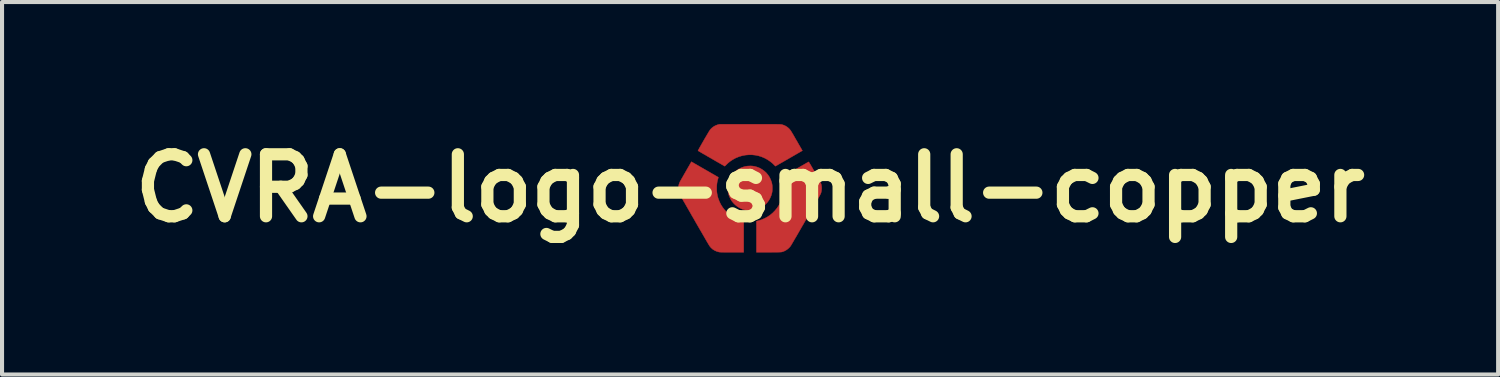
<source format=kicad_pcb>
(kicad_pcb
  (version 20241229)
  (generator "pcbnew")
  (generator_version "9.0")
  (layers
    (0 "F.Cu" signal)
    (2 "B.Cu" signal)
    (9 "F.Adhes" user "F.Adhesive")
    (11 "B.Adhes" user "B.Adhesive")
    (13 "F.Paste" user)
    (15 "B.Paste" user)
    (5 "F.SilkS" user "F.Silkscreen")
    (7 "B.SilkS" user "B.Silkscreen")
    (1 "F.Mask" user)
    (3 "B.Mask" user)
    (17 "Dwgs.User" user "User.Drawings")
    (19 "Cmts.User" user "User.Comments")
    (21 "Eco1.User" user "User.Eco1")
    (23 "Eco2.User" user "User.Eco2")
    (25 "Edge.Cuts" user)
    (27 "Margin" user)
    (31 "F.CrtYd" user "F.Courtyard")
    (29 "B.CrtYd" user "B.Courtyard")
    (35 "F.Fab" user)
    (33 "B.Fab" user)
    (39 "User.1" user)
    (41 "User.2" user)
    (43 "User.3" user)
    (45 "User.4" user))
  (footprint "CVRA-logo-small-copper"
    (layer "F.Cu")
    (at 15.392 1.578)
    (property "Reference" "CVRA-logo-small-copper" (at 0 0 0) (layer "F.SilkS") (effects (font (size 1.524 1.524) (thickness 0.3))))
    (attr through_hole)
    (fp_poly (pts (xy 0.065 -0.545) (xy 0.105 -0.539) (xy 0.109 -0.538) (xy 0.175 -0.52) (xy 0.238 -0.495) (xy 0.296 -0.462) (xy 0.349 -0.423) (xy 0.398 -0.379) (xy 0.44 -0.329) (xy 0.477 -0.273) (xy 0.506 -0.213) (xy 0.524 -0.165) (xy 0.534 -0.132) (xy 0.54 -0.102) (xy 0.545 -0.072) (xy 0.547 -0.04) (xy 0.548 -0.002) (xy 0.548 0.004) (xy 0.547 0.044) (xy 0.544 0.078) (xy 0.539 0.11) (xy 0.531 0.142) (xy 0.521 0.175) (xy 0.495 0.238) (xy 0.463 0.296) (xy 0.424 0.349) (xy 0.379 0.397) (xy 0.329 0.439) (xy 0.274 0.476) (xy 0.214 0.505) (xy 0.151 0.527) (xy 0.109 0.538) (xy 0.075 0.543) (xy 0.036 0.547) (xy -0.003 0.549) (xy -0.04 0.548) (xy -0.064 0.546) (xy -0.13 0.533) (xy -0.194 0.514) (xy -0.254 0.486) (xy -0.31 0.452) (xy -0.361 0.412) (xy -0.408 0.366) (xy -0.449 0.315) (xy -0.483 0.259) (xy -0.511 0.199) (xy -0.518 0.18) (xy -0.532 0.13) (xy -0.542 0.082) (xy -0.546 0.032) (xy -0.547 0) (xy -0.543 -0.065) (xy -0.533 -0.128) (xy -0.515 -0.189) (xy -0.491 -0.246) (xy -0.491 -0.246) (xy -0.471 -0.281) (xy -0.446 -0.318) (xy -0.418 -0.354) (xy -0.389 -0.386) (xy -0.387 -0.387) (xy -0.336 -0.433) (xy -0.28 -0.472) (xy -0.22 -0.503) (xy -0.156 -0.526) (xy -0.11 -0.538) (xy -0.07 -0.544) (xy -0.025 -0.547) (xy 0.021 -0.548) (xy 0.065 -0.545)) (stroke (width 0.01) (type solid)) (fill yes) (layer "F.Cu"))
    (fp_poly (pts (xy 0.096 -1.573) (xy 0.182 -1.573) (xy 0.26 -1.573) (xy 0.331 -1.573) (xy 0.394 -1.573) (xy 0.452 -1.572) (xy 0.503 -1.572) (xy 0.548 -1.572) (xy 0.588 -1.572) (xy 0.622 -1.572) (xy 0.653 -1.572) (xy 0.678 -1.571) (xy 0.7 -1.571) (xy 0.718 -1.571) (xy 0.734 -1.57) (xy 0.746 -1.57) (xy 0.756 -1.569) (xy 0.764 -1.568) (xy 0.77 -1.568) (xy 0.775 -1.567) (xy 0.78 -1.566) (xy 0.783 -1.565) (xy 0.83 -1.55) (xy 0.871 -1.531) (xy 0.907 -1.509) (xy 0.941 -1.482) (xy 0.947 -1.476) (xy 0.959 -1.465) (xy 0.969 -1.454) (xy 0.978 -1.443) (xy 0.988 -1.431) (xy 0.999 -1.417) (xy 1.01 -1.399) (xy 1.023 -1.378) (xy 1.038 -1.353) (xy 1.057 -1.322) (xy 1.078 -1.285) (xy 1.09 -1.264) (xy 1.111 -1.227) (xy 1.134 -1.187) (xy 1.158 -1.147) (xy 1.181 -1.106) (xy 1.202 -1.069) (xy 1.221 -1.037) (xy 1.226 -1.028) (xy 1.286 -0.924) (xy 0.957 -0.734) (xy 0.909 -0.706) (xy 0.862 -0.68) (xy 0.819 -0.654) (xy 0.778 -0.631) (xy 0.741 -0.61) (xy 0.708 -0.591) (xy 0.68 -0.575) (xy 0.657 -0.561) (xy 0.64 -0.552) (xy 0.629 -0.545) (xy 0.626 -0.543) (xy 0.621 -0.545) (xy 0.613 -0.552) (xy 0.602 -0.563) (xy 0.596 -0.569) (xy 0.547 -0.617) (xy 0.49 -0.662) (xy 0.429 -0.703) (xy 0.364 -0.739) (xy 0.297 -0.768) (xy 0.287 -0.772) (xy 0.209 -0.797) (xy 0.13 -0.813) (xy 0.049 -0.822) (xy -0.032 -0.822) (xy -0.113 -0.815) (xy -0.193 -0.8) (xy -0.271 -0.777) (xy -0.347 -0.746) (xy -0.358 -0.741) (xy -0.424 -0.705) (xy -0.485 -0.665) (xy -0.542 -0.619) (xy -0.584 -0.578) (xy -0.598 -0.564) (xy -0.61 -0.553) (xy -0.619 -0.545) (xy -0.622 -0.542) (xy -0.622 -0.542) (xy -0.626 -0.544) (xy -0.637 -0.55) (xy -0.654 -0.56) (xy -0.677 -0.573) (xy -0.705 -0.589) (xy -0.737 -0.608) (xy -0.774 -0.629) (xy -0.815 -0.652) (xy -0.858 -0.677) (xy -0.904 -0.704) (xy -0.95 -0.731) (xy -0.999 -0.759) (xy -1.045 -0.785) (xy -1.088 -0.811) (xy -1.129 -0.834) (xy -1.166 -0.855) (xy -1.198 -0.874) (xy -1.226 -0.891) (xy -1.249 -0.904) (xy -1.266 -0.914) (xy -1.276 -0.92) (xy -1.28 -0.922) (xy -1.278 -0.927) (xy -1.273 -0.938) (xy -1.264 -0.954) (xy -1.252 -0.976) (xy -1.238 -1.002) (xy -1.221 -1.032) (xy -1.202 -1.065) (xy -1.182 -1.1) (xy -1.161 -1.137) (xy -1.139 -1.175) (xy -1.118 -1.212) (xy -1.096 -1.249) (xy -1.075 -1.285) (xy -1.055 -1.319) (xy -1.036 -1.35) (xy -1.02 -1.378) (xy -1.005 -1.402) (xy -0.993 -1.42) (xy -0.985 -1.434) (xy -0.981 -1.439) (xy -0.944 -1.478) (xy -0.902 -1.511) (xy -0.856 -1.538) (xy -0.806 -1.558) (xy -0.787 -1.563) (xy -0.751 -1.573) (xy 0.002 -1.573) (xy 0.096 -1.573)) (stroke (width 0.01) (type solid)) (fill yes) (layer "F.Cu"))
    (fp_poly (pts (xy 1.445 -0.644) (xy 1.451 -0.634) (xy 1.461 -0.618) (xy 1.474 -0.596) (xy 1.49 -0.571) (xy 1.507 -0.541) (xy 1.526 -0.508) (xy 1.546 -0.473) (xy 1.567 -0.437) (xy 1.589 -0.4) (xy 1.61 -0.362) (xy 1.631 -0.325) (xy 1.652 -0.29) (xy 1.671 -0.256) (xy 1.688 -0.225) (xy 1.703 -0.198) (xy 1.716 -0.175) (xy 1.726 -0.157) (xy 1.732 -0.144) (xy 1.734 -0.14) (xy 1.75 -0.093) (xy 1.759 -0.042) (xy 1.761 0.01) (xy 1.756 0.062) (xy 1.745 0.112) (xy 1.734 0.14) (xy 1.73 0.147) (xy 1.723 0.161) (xy 1.712 0.181) (xy 1.697 0.207) (xy 1.679 0.239) (xy 1.659 0.275) (xy 1.635 0.316) (xy 1.609 0.362) (xy 1.582 0.41) (xy 1.552 0.462) (xy 1.521 0.516) (xy 1.489 0.572) (xy 1.455 0.631) (xy 1.421 0.69) (xy 1.387 0.75) (xy 1.352 0.81) (xy 1.318 0.87) (xy 1.283 0.929) (xy 1.25 0.987) (xy 1.217 1.044) (xy 1.186 1.098) (xy 1.156 1.15) (xy 1.128 1.198) (xy 1.101 1.243) (xy 1.077 1.285) (xy 1.056 1.321) (xy 1.037 1.353) (xy 1.022 1.379) (xy 1.01 1.399) (xy 1.001 1.413) (xy 0.997 1.42) (xy 0.971 1.452) (xy 0.939 1.483) (xy 0.903 1.511) (xy 0.867 1.533) (xy 0.838 1.547) (xy 0.826 1.552) (xy 0.816 1.556) (xy 0.807 1.559) (xy 0.797 1.562) (xy 0.788 1.565) (xy 0.776 1.567) (xy 0.763 1.569) (xy 0.748 1.57) (xy 0.729 1.571) (xy 0.706 1.572) (xy 0.679 1.572) (xy 0.647 1.573) (xy 0.608 1.573) (xy 0.563 1.573) (xy 0.511 1.574) (xy 0.46 1.574) (xy 0.157 1.575) (xy 0.157 0.81) (xy 0.201 0.799) (xy 0.28 0.775) (xy 0.355 0.743) (xy 0.427 0.705) (xy 0.494 0.659) (xy 0.556 0.608) (xy 0.613 0.55) (xy 0.664 0.487) (xy 0.709 0.419) (xy 0.748 0.347) (xy 0.772 0.29) (xy 0.792 0.231) (xy 0.807 0.173) (xy 0.816 0.114) (xy 0.822 0.051) (xy 0.823 0) (xy 0.822 -0.042) (xy 0.821 -0.079) (xy 0.817 -0.112) (xy 0.812 -0.144) (xy 0.805 -0.179) (xy 0.796 -0.215) (xy 0.791 -0.234) (xy 0.787 -0.25) (xy 0.784 -0.261) (xy 0.783 -0.266) (xy 0.787 -0.27) (xy 0.795 -0.277) (xy 0.805 -0.283) (xy 0.817 -0.29) (xy 0.835 -0.3) (xy 0.855 -0.311) (xy 0.876 -0.324) (xy 0.881 -0.326) (xy 0.903 -0.339) (xy 0.932 -0.356) (xy 0.965 -0.375) (xy 1.003 -0.397) (xy 1.043 -0.42) (xy 1.085 -0.444) (xy 1.127 -0.469) (xy 1.17 -0.493) (xy 1.211 -0.517) (xy 1.25 -0.54) (xy 1.286 -0.56) (xy 1.318 -0.578) (xy 1.344 -0.594) (xy 1.364 -0.605) (xy 1.366 -0.606) (xy 1.388 -0.619) (xy 1.408 -0.63) (xy 1.425 -0.639) (xy 1.436 -0.645) (xy 1.442 -0.648) (xy 1.442 -0.648) (xy 1.445 -0.644)) (stroke (width 0.01) (type solid)) (fill yes) (layer "F.Cu"))
    (fp_poly (pts (xy -1.438 -0.649) (xy -1.428 -0.643) (xy -1.412 -0.634) (xy -1.39 -0.621) (xy -1.364 -0.606) (xy -1.334 -0.589) (xy -1.301 -0.57) (xy -1.265 -0.549) (xy -1.253 -0.542) (xy -1.21 -0.517) (xy -1.164 -0.491) (xy -1.116 -0.463) (xy -1.069 -0.436) (xy -1.023 -0.41) (xy -0.98 -0.385) (xy -0.943 -0.363) (xy -0.923 -0.352) (xy -0.891 -0.334) (xy -0.862 -0.317) (xy -0.836 -0.302) (xy -0.814 -0.289) (xy -0.797 -0.279) (xy -0.785 -0.272) (xy -0.78 -0.269) (xy -0.78 -0.269) (xy -0.78 -0.265) (xy -0.783 -0.254) (xy -0.787 -0.239) (xy -0.791 -0.224) (xy -0.801 -0.189) (xy -0.808 -0.156) (xy -0.813 -0.123) (xy -0.817 -0.087) (xy -0.819 -0.047) (xy -0.82 -0.023) (xy -0.82 0.037) (xy -0.817 0.091) (xy -0.81 0.142) (xy -0.8 0.193) (xy -0.785 0.247) (xy -0.783 0.252) (xy -0.754 0.328) (xy -0.719 0.4) (xy -0.676 0.468) (xy -0.627 0.531) (xy -0.573 0.59) (xy -0.513 0.643) (xy -0.448 0.69) (xy -0.38 0.731) (xy -0.307 0.764) (xy -0.232 0.791) (xy -0.187 0.802) (xy -0.157 0.809) (xy -0.157 1.575) (xy -0.448 1.574) (xy -0.508 1.574) (xy -0.559 1.574) (xy -0.604 1.574) (xy -0.642 1.574) (xy -0.674 1.573) (xy -0.7 1.573) (xy -0.721 1.572) (xy -0.738 1.571) (xy -0.75 1.57) (xy -0.76 1.569) (xy -0.766 1.568) (xy -0.822 1.552) (xy -0.873 1.529) (xy -0.919 1.5) (xy -0.96 1.463) (xy -0.995 1.421) (xy -1 1.413) (xy -1.005 1.406) (xy -1.013 1.392) (xy -1.025 1.371) (xy -1.041 1.345) (xy -1.06 1.313) (xy -1.081 1.276) (xy -1.105 1.235) (xy -1.131 1.189) (xy -1.159 1.141) (xy -1.189 1.089) (xy -1.221 1.035) (xy -1.253 0.979) (xy -1.287 0.921) (xy -1.321 0.862) (xy -1.355 0.802) (xy -1.389 0.742) (xy -1.424 0.683) (xy -1.457 0.624) (xy -1.49 0.567) (xy -1.522 0.511) (xy -1.553 0.457) (xy -1.582 0.407) (xy -1.609 0.359) (xy -1.635 0.315) (xy -1.657 0.275) (xy -1.677 0.24) (xy -1.694 0.21) (xy -1.708 0.185) (xy -1.719 0.167) (xy -1.725 0.155) (xy -1.727 0.15) (xy -1.741 0.119) (xy -1.75 0.09) (xy -1.755 0.06) (xy -1.758 0.027) (xy -1.759 -0.004) (xy -1.758 -0.03) (xy -1.757 -0.049) (xy -1.755 -0.066) (xy -1.752 -0.081) (xy -1.747 -0.098) (xy -1.747 -0.099) (xy -1.74 -0.119) (xy -1.732 -0.14) (xy -1.724 -0.158) (xy -1.723 -0.162) (xy -1.719 -0.168) (xy -1.712 -0.181) (xy -1.702 -0.199) (xy -1.688 -0.222) (xy -1.673 -0.25) (xy -1.655 -0.28) (xy -1.636 -0.314) (xy -1.616 -0.349) (xy -1.595 -0.385) (xy -1.574 -0.422) (xy -1.553 -0.459) (xy -1.533 -0.494) (xy -1.513 -0.528) (xy -1.495 -0.559) (xy -1.479 -0.587) (xy -1.466 -0.61) (xy -1.455 -0.629) (xy -1.447 -0.643) (xy -1.443 -0.65) (xy -1.442 -0.65) (xy -1.438 -0.649)) (stroke (width 0.01) (type solid)) (fill yes) (layer "F.Cu"))
    (fp_poly (pts (xy 0.065 -0.545) (xy 0.105 -0.539) (xy 0.109 -0.538) (xy 0.175 -0.52) (xy 0.238 -0.495) (xy 0.296 -0.462) (xy 0.349 -0.423) (xy 0.398 -0.379) (xy 0.44 -0.329) (xy 0.477 -0.273) (xy 0.506 -0.213) (xy 0.524 -0.165) (xy 0.534 -0.132) (xy 0.54 -0.102) (xy 0.545 -0.072) (xy 0.547 -0.04) (xy 0.548 -0.002) (xy 0.548 0.004) (xy 0.547 0.044) (xy 0.544 0.078) (xy 0.539 0.11) (xy 0.531 0.142) (xy 0.521 0.175) (xy 0.495 0.238) (xy 0.463 0.296) (xy 0.424 0.349) (xy 0.379 0.397) (xy 0.329 0.439) (xy 0.274 0.476) (xy 0.214 0.505) (xy 0.151 0.527) (xy 0.109 0.538) (xy 0.075 0.543) (xy 0.036 0.547) (xy -0.003 0.549) (xy -0.04 0.548) (xy -0.064 0.546) (xy -0.13 0.533) (xy -0.194 0.514) (xy -0.254 0.486) (xy -0.31 0.452) (xy -0.361 0.412) (xy -0.408 0.366) (xy -0.449 0.315) (xy -0.483 0.259) (xy -0.511 0.199) (xy -0.518 0.18) (xy -0.532 0.13) (xy -0.542 0.082) (xy -0.546 0.032) (xy -0.547 0) (xy -0.543 -0.065) (xy -0.533 -0.128) (xy -0.515 -0.189) (xy -0.491 -0.246) (xy -0.491 -0.246) (xy -0.471 -0.281) (xy -0.446 -0.318) (xy -0.418 -0.354) (xy -0.389 -0.386) (xy -0.387 -0.387) (xy -0.336 -0.433) (xy -0.28 -0.472) (xy -0.22 -0.503) (xy -0.156 -0.526) (xy -0.11 -0.538) (xy -0.07 -0.544) (xy -0.025 -0.547) (xy 0.021 -0.548) (xy 0.065 -0.545)) (stroke (width 0.01) (type solid)) (fill yes) (layer "F.Mask"))
    (fp_poly (pts (xy 0.096 -1.573) (xy 0.182 -1.573) (xy 0.26 -1.573) (xy 0.331 -1.573) (xy 0.394 -1.573) (xy 0.452 -1.572) (xy 0.503 -1.572) (xy 0.548 -1.572) (xy 0.588 -1.572) (xy 0.622 -1.572) (xy 0.653 -1.572) (xy 0.678 -1.571) (xy 0.7 -1.571) (xy 0.718 -1.571) (xy 0.734 -1.57) (xy 0.746 -1.57) (xy 0.756 -1.569) (xy 0.764 -1.568) (xy 0.77 -1.568) (xy 0.775 -1.567) (xy 0.78 -1.566) (xy 0.783 -1.565) (xy 0.83 -1.55) (xy 0.871 -1.531) (xy 0.907 -1.509) (xy 0.941 -1.482) (xy 0.947 -1.476) (xy 0.959 -1.465) (xy 0.969 -1.454) (xy 0.978 -1.443) (xy 0.988 -1.431) (xy 0.999 -1.417) (xy 1.01 -1.399) (xy 1.023 -1.378) (xy 1.038 -1.353) (xy 1.057 -1.322) (xy 1.078 -1.285) (xy 1.09 -1.264) (xy 1.111 -1.227) (xy 1.134 -1.187) (xy 1.158 -1.147) (xy 1.181 -1.106) (xy 1.202 -1.069) (xy 1.221 -1.037) (xy 1.226 -1.028) (xy 1.286 -0.924) (xy 0.957 -0.734) (xy 0.909 -0.706) (xy 0.862 -0.68) (xy 0.819 -0.654) (xy 0.778 -0.631) (xy 0.741 -0.61) (xy 0.708 -0.591) (xy 0.68 -0.575) (xy 0.657 -0.561) (xy 0.64 -0.552) (xy 0.629 -0.545) (xy 0.626 -0.543) (xy 0.621 -0.545) (xy 0.613 -0.552) (xy 0.602 -0.563) (xy 0.596 -0.569) (xy 0.547 -0.617) (xy 0.49 -0.662) (xy 0.429 -0.703) (xy 0.364 -0.739) (xy 0.297 -0.768) (xy 0.287 -0.772) (xy 0.209 -0.797) (xy 0.13 -0.813) (xy 0.049 -0.822) (xy -0.032 -0.822) (xy -0.113 -0.815) (xy -0.193 -0.8) (xy -0.271 -0.777) (xy -0.347 -0.746) (xy -0.358 -0.741) (xy -0.424 -0.705) (xy -0.485 -0.665) (xy -0.542 -0.619) (xy -0.584 -0.578) (xy -0.598 -0.564) (xy -0.61 -0.553) (xy -0.619 -0.545) (xy -0.622 -0.542) (xy -0.622 -0.542) (xy -0.626 -0.544) (xy -0.637 -0.55) (xy -0.654 -0.56) (xy -0.677 -0.573) (xy -0.705 -0.589) (xy -0.737 -0.608) (xy -0.774 -0.629) (xy -0.815 -0.652) (xy -0.858 -0.677) (xy -0.904 -0.704) (xy -0.95 -0.731) (xy -0.999 -0.759) (xy -1.045 -0.785) (xy -1.088 -0.811) (xy -1.129 -0.834) (xy -1.166 -0.855) (xy -1.198 -0.874) (xy -1.226 -0.891) (xy -1.249 -0.904) (xy -1.266 -0.914) (xy -1.276 -0.92) (xy -1.28 -0.922) (xy -1.278 -0.927) (xy -1.273 -0.938) (xy -1.264 -0.954) (xy -1.252 -0.976) (xy -1.238 -1.002) (xy -1.221 -1.032) (xy -1.202 -1.065) (xy -1.182 -1.1) (xy -1.161 -1.137) (xy -1.139 -1.175) (xy -1.118 -1.212) (xy -1.096 -1.249) (xy -1.075 -1.285) (xy -1.055 -1.319) (xy -1.036 -1.35) (xy -1.02 -1.378) (xy -1.005 -1.402) (xy -0.993 -1.42) (xy -0.985 -1.434) (xy -0.981 -1.439) (xy -0.944 -1.478) (xy -0.902 -1.511) (xy -0.856 -1.538) (xy -0.806 -1.558) (xy -0.787 -1.563) (xy -0.751 -1.573) (xy 0.002 -1.573) (xy 0.096 -1.573)) (stroke (width 0.01) (type solid)) (fill yes) (layer "F.Mask"))
    (fp_poly (pts (xy 1.445 -0.644) (xy 1.451 -0.634) (xy 1.461 -0.618) (xy 1.474 -0.596) (xy 1.49 -0.571) (xy 1.507 -0.541) (xy 1.526 -0.508) (xy 1.546 -0.473) (xy 1.567 -0.437) (xy 1.589 -0.4) (xy 1.61 -0.362) (xy 1.631 -0.325) (xy 1.652 -0.29) (xy 1.671 -0.256) (xy 1.688 -0.225) (xy 1.703 -0.198) (xy 1.716 -0.175) (xy 1.726 -0.157) (xy 1.732 -0.144) (xy 1.734 -0.14) (xy 1.75 -0.093) (xy 1.759 -0.042) (xy 1.761 0.01) (xy 1.756 0.062) (xy 1.745 0.112) (xy 1.734 0.14) (xy 1.73 0.147) (xy 1.723 0.161) (xy 1.712 0.181) (xy 1.697 0.207) (xy 1.679 0.239) (xy 1.659 0.275) (xy 1.635 0.316) (xy 1.609 0.362) (xy 1.582 0.41) (xy 1.552 0.462) (xy 1.521 0.516) (xy 1.489 0.572) (xy 1.455 0.631) (xy 1.421 0.69) (xy 1.387 0.75) (xy 1.352 0.81) (xy 1.318 0.87) (xy 1.283 0.929) (xy 1.25 0.987) (xy 1.217 1.044) (xy 1.186 1.098) (xy 1.156 1.15) (xy 1.128 1.198) (xy 1.101 1.243) (xy 1.077 1.285) (xy 1.056 1.321) (xy 1.037 1.353) (xy 1.022 1.379) (xy 1.01 1.399) (xy 1.001 1.413) (xy 0.997 1.42) (xy 0.971 1.452) (xy 0.939 1.483) (xy 0.903 1.511) (xy 0.867 1.533) (xy 0.838 1.547) (xy 0.826 1.552) (xy 0.816 1.556) (xy 0.807 1.559) (xy 0.797 1.562) (xy 0.788 1.565) (xy 0.776 1.567) (xy 0.763 1.569) (xy 0.748 1.57) (xy 0.729 1.571) (xy 0.706 1.572) (xy 0.679 1.572) (xy 0.647 1.573) (xy 0.608 1.573) (xy 0.563 1.573) (xy 0.511 1.574) (xy 0.46 1.574) (xy 0.157 1.575) (xy 0.157 0.81) (xy 0.201 0.799) (xy 0.28 0.775) (xy 0.355 0.743) (xy 0.427 0.705) (xy 0.494 0.659) (xy 0.556 0.608) (xy 0.613 0.55) (xy 0.664 0.487) (xy 0.709 0.419) (xy 0.748 0.347) (xy 0.772 0.29) (xy 0.792 0.231) (xy 0.807 0.173) (xy 0.816 0.114) (xy 0.822 0.051) (xy 0.823 0) (xy 0.822 -0.042) (xy 0.821 -0.079) (xy 0.817 -0.112) (xy 0.812 -0.144) (xy 0.805 -0.179) (xy 0.796 -0.215) (xy 0.791 -0.234) (xy 0.787 -0.25) (xy 0.784 -0.261) (xy 0.783 -0.266) (xy 0.787 -0.27) (xy 0.795 -0.277) (xy 0.805 -0.283) (xy 0.817 -0.29) (xy 0.835 -0.3) (xy 0.855 -0.311) (xy 0.876 -0.324) (xy 0.881 -0.326) (xy 0.903 -0.339) (xy 0.932 -0.356) (xy 0.965 -0.375) (xy 1.003 -0.397) (xy 1.043 -0.42) (xy 1.085 -0.444) (xy 1.127 -0.469) (xy 1.17 -0.493) (xy 1.211 -0.517) (xy 1.25 -0.54) (xy 1.286 -0.56) (xy 1.318 -0.578) (xy 1.344 -0.594) (xy 1.364 -0.605) (xy 1.366 -0.606) (xy 1.388 -0.619) (xy 1.408 -0.63) (xy 1.425 -0.639) (xy 1.436 -0.645) (xy 1.442 -0.648) (xy 1.442 -0.648) (xy 1.445 -0.644)) (stroke (width 0.01) (type solid)) (fill yes) (layer "F.Mask"))
    (fp_poly (pts (xy -1.438 -0.649) (xy -1.428 -0.643) (xy -1.412 -0.634) (xy -1.39 -0.621) (xy -1.364 -0.606) (xy -1.334 -0.589) (xy -1.301 -0.57) (xy -1.265 -0.549) (xy -1.253 -0.542) (xy -1.21 -0.517) (xy -1.164 -0.491) (xy -1.116 -0.463) (xy -1.069 -0.436) (xy -1.023 -0.41) (xy -0.98 -0.385) (xy -0.943 -0.363) (xy -0.923 -0.352) (xy -0.891 -0.334) (xy -0.862 -0.317) (xy -0.836 -0.302) (xy -0.814 -0.289) (xy -0.797 -0.279) (xy -0.785 -0.272) (xy -0.78 -0.269) (xy -0.78 -0.269) (xy -0.78 -0.265) (xy -0.783 -0.254) (xy -0.787 -0.239) (xy -0.791 -0.224) (xy -0.801 -0.189) (xy -0.808 -0.156) (xy -0.813 -0.123) (xy -0.817 -0.087) (xy -0.819 -0.047) (xy -0.82 -0.023) (xy -0.82 0.037) (xy -0.817 0.091) (xy -0.81 0.142) (xy -0.8 0.193) (xy -0.785 0.247) (xy -0.783 0.252) (xy -0.754 0.328) (xy -0.719 0.4) (xy -0.676 0.468) (xy -0.627 0.531) (xy -0.573 0.59) (xy -0.513 0.643) (xy -0.448 0.69) (xy -0.38 0.731) (xy -0.307 0.764) (xy -0.232 0.791) (xy -0.187 0.802) (xy -0.157 0.809) (xy -0.157 1.575) (xy -0.448 1.574) (xy -0.508 1.574) (xy -0.559 1.574) (xy -0.604 1.574) (xy -0.642 1.574) (xy -0.674 1.573) (xy -0.7 1.573) (xy -0.721 1.572) (xy -0.738 1.571) (xy -0.75 1.57) (xy -0.76 1.569) (xy -0.766 1.568) (xy -0.822 1.552) (xy -0.873 1.529) (xy -0.919 1.5) (xy -0.96 1.463) (xy -0.995 1.421) (xy -1 1.413) (xy -1.005 1.406) (xy -1.013 1.392) (xy -1.025 1.371) (xy -1.041 1.345) (xy -1.06 1.313) (xy -1.081 1.276) (xy -1.105 1.235) (xy -1.131 1.189) (xy -1.159 1.141) (xy -1.189 1.089) (xy -1.221 1.035) (xy -1.253 0.979) (xy -1.287 0.921) (xy -1.321 0.862) (xy -1.355 0.802) (xy -1.389 0.742) (xy -1.424 0.683) (xy -1.457 0.624) (xy -1.49 0.567) (xy -1.522 0.511) (xy -1.553 0.457) (xy -1.582 0.407) (xy -1.609 0.359) (xy -1.635 0.315) (xy -1.657 0.275) (xy -1.677 0.24) (xy -1.694 0.21) (xy -1.708 0.185) (xy -1.719 0.167) (xy -1.725 0.155) (xy -1.727 0.15) (xy -1.741 0.119) (xy -1.75 0.09) (xy -1.755 0.06) (xy -1.758 0.027) (xy -1.759 -0.004) (xy -1.758 -0.03) (xy -1.757 -0.049) (xy -1.755 -0.066) (xy -1.752 -0.081) (xy -1.747 -0.098) (xy -1.747 -0.099) (xy -1.74 -0.119) (xy -1.732 -0.14) (xy -1.724 -0.158) (xy -1.723 -0.162) (xy -1.719 -0.168) (xy -1.712 -0.181) (xy -1.702 -0.199) (xy -1.688 -0.222) (xy -1.673 -0.25) (xy -1.655 -0.28) (xy -1.636 -0.314) (xy -1.616 -0.349) (xy -1.595 -0.385) (xy -1.574 -0.422) (xy -1.553 -0.459) (xy -1.533 -0.494) (xy -1.513 -0.528) (xy -1.495 -0.559) (xy -1.479 -0.587) (xy -1.466 -0.61) (xy -1.455 -0.629) (xy -1.447 -0.643) (xy -1.443 -0.65) (xy -1.442 -0.65) (xy -1.438 -0.649)) (stroke (width 0.01) (type solid)) (fill yes) (layer "F.Mask")))
  (gr_rect
    (start -3 -3)
    (end 33.785 6.158)
    (stroke (width 0.1) (type default))
    (fill no)
    (layer "Edge.Cuts")))
</source>
